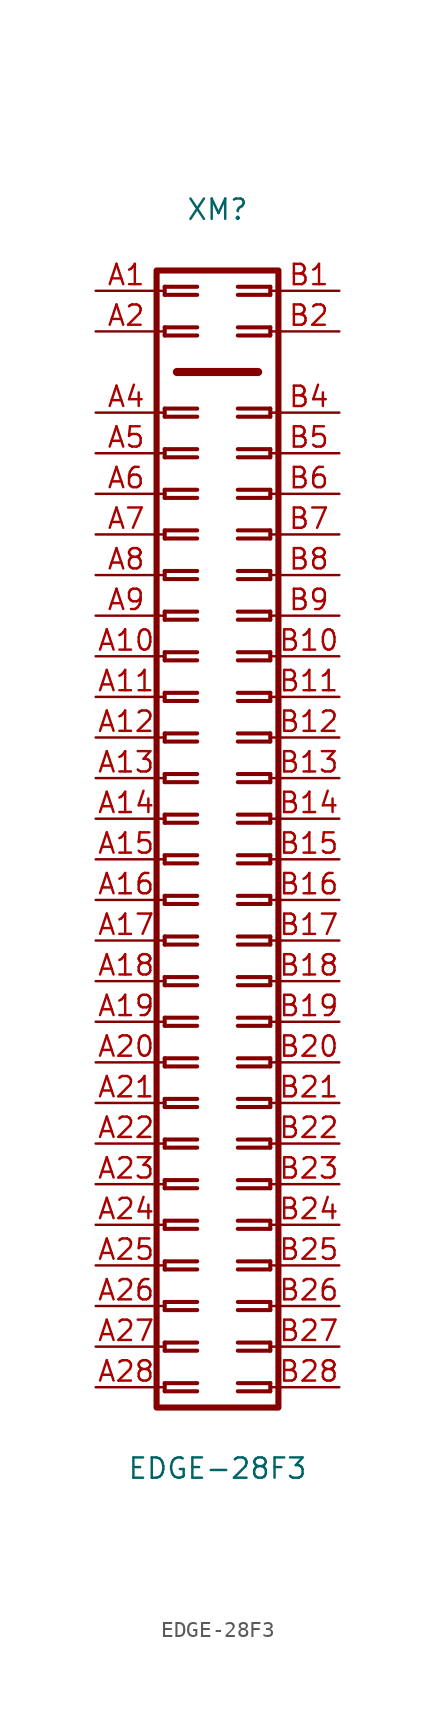
<source format=kicad_sym>
(kicad_symbol_lib
  (version 20231120)
  (generator "kicad_symbol_editor")
  (generator_version "8.0")
  (symbol "EDGE-28F3"
    (pin_names
      (offset 1.016))
    (property "Reference" "XM"
      (at 0 39.37 0)
      (effects (font (size 1.27 1.27))))
    (property "Value" "EDGE-28F3"
      (at 0 -39.37 0)
      (effects (font (size 1.27 1.27))))
    (symbol "EDGE-28F3_0_0"
      (polyline (pts (xy -2.54 29.21) (xy 2.54 29.21)) (stroke (width 0.508) (type default)) (fill (type none))))
    (symbol "EDGE-28F3_0_1"
      (rectangle (start -3.81 35.56) (end 3.81 -35.56) (stroke (width 0.381) (type default)) (fill (type none)))
      (polyline (pts (xy -3.81 -34.29) (xy -3.302 -34.29)) (stroke (width 0) (type default)) (fill (type none)))
      (polyline (pts (xy -3.81 -31.75) (xy -3.302 -31.75)) (stroke (width 0) (type default)) (fill (type none)))
      (polyline (pts (xy -3.81 -29.21) (xy -3.302 -29.21)) (stroke (width 0) (type default)) (fill (type none)))
      (polyline (pts (xy -3.81 -26.67) (xy -3.302 -26.67)) (stroke (width 0) (type default)) (fill (type none)))
      (polyline (pts (xy -3.81 -24.13) (xy -3.302 -24.13)) (stroke (width 0) (type default)) (fill (type none)))
      (polyline (pts (xy -3.81 -21.59) (xy -3.302 -21.59)) (stroke (width 0) (type default)) (fill (type none)))
      (polyline (pts (xy -3.81 -19.05) (xy -3.302 -19.05)) (stroke (width 0) (type default)) (fill (type none)))
      (polyline (pts (xy -3.81 -16.51) (xy -3.302 -16.51)) (stroke (width 0) (type default)) (fill (type none)))
      (polyline (pts (xy -3.81 -13.97) (xy -3.302 -13.97)) (stroke (width 0) (type default)) (fill (type none)))
      (polyline (pts (xy -3.81 -11.43) (xy -3.302 -11.43)) (stroke (width 0) (type default)) (fill (type none)))
      (polyline (pts (xy -3.81 -8.89) (xy -3.302 -8.89)) (stroke (width 0) (type default)) (fill (type none)))
      (polyline (pts (xy -3.81 -6.35) (xy -3.302 -6.35)) (stroke (width 0) (type default)) (fill (type none)))
      (polyline (pts (xy -3.81 -3.81) (xy -3.302 -3.81)) (stroke (width 0) (type default)) (fill (type none)))
      (polyline (pts (xy -3.81 -1.27) (xy -3.302 -1.27)) (stroke (width 0) (type default)) (fill (type none)))
      (polyline (pts (xy -3.81 1.27) (xy -3.302 1.27)) (stroke (width 0) (type default)) (fill (type none)))
      (polyline (pts (xy -3.81 3.81) (xy -3.302 3.81)) (stroke (width 0) (type default)) (fill (type none)))
      (polyline (pts (xy -3.81 6.35) (xy -3.302 6.35)) (stroke (width 0) (type default)) (fill (type none)))
      (polyline (pts (xy -3.81 8.89) (xy -3.302 8.89)) (stroke (width 0) (type default)) (fill (type none)))
      (polyline (pts (xy -3.81 11.43) (xy -3.302 11.43)) (stroke (width 0) (type default)) (fill (type none)))
      (polyline (pts (xy -3.81 13.97) (xy -3.302 13.97)) (stroke (width 0) (type default)) (fill (type none)))
      (polyline (pts (xy -3.81 16.51) (xy -3.302 16.51)) (stroke (width 0) (type default)) (fill (type none)))
      (polyline (pts (xy -3.81 19.05) (xy -3.302 19.05)) (stroke (width 0) (type default)) (fill (type none)))
      (polyline (pts (xy -3.81 21.59) (xy -3.302 21.59)) (stroke (width 0) (type default)) (fill (type none)))
      (polyline (pts (xy -3.81 24.13) (xy -3.302 24.13)) (stroke (width 0) (type default)) (fill (type none)))
      (polyline (pts (xy -3.81 26.67) (xy -3.302 26.67)) (stroke (width 0) (type default)) (fill (type none)))
      (polyline (pts (xy -3.81 31.75) (xy -3.302 31.75)) (stroke (width 0) (type default)) (fill (type none)))
      (polyline (pts (xy -3.81 34.29) (xy -3.302 34.29)) (stroke (width 0) (type default)) (fill (type none)))
      (polyline (pts (xy -3.302 -34.544) (xy -3.302 -34.036)) (stroke (width 0.254) (type default)) (fill (type none)))
      (polyline (pts (xy -3.302 -34.544) (xy -1.27 -34.544)) (stroke (width 0.254) (type default)) (fill (type none)))
      (polyline (pts (xy -3.302 -34.036) (xy -1.27 -34.036)) (stroke (width 0.254) (type default)) (fill (type none)))
      (polyline (pts (xy -3.302 -32.004) (xy -3.302 -31.496)) (stroke (width 0.254) (type default)) (fill (type none)))
      (polyline (pts (xy -3.302 -32.004) (xy -1.27 -32.004)) (stroke (width 0.254) (type default)) (fill (type none)))
      (polyline (pts (xy -3.302 -31.496) (xy -1.27 -31.496)) (stroke (width 0.254) (type default)) (fill (type none)))
      (polyline (pts (xy -3.302 -29.464) (xy -3.302 -28.956)) (stroke (width 0.254) (type default)) (fill (type none)))
      (polyline (pts (xy -3.302 -29.464) (xy -1.27 -29.464)) (stroke (width 0.254) (type default)) (fill (type none)))
      (polyline (pts (xy -3.302 -28.956) (xy -1.27 -28.956)) (stroke (width 0.254) (type default)) (fill (type none)))
      (polyline (pts (xy -3.302 -26.924) (xy -3.302 -26.416)) (stroke (width 0.254) (type default)) (fill (type none)))
      (polyline (pts (xy -3.302 -26.924) (xy -1.27 -26.924)) (stroke (width 0.254) (type default)) (fill (type none)))
      (polyline (pts (xy -3.302 -26.416) (xy -1.27 -26.416)) (stroke (width 0.254) (type default)) (fill (type none)))
      (polyline (pts (xy -3.302 -24.384) (xy -3.302 -23.876)) (stroke (width 0.254) (type default)) (fill (type none)))
      (polyline (pts (xy -3.302 -24.384) (xy -1.27 -24.384)) (stroke (width 0.254) (type default)) (fill (type none)))
      (polyline (pts (xy -3.302 -23.876) (xy -1.27 -23.876)) (stroke (width 0.254) (type default)) (fill (type none)))
      (polyline (pts (xy -3.302 -21.844) (xy -3.302 -21.336)) (stroke (width 0.254) (type default)) (fill (type none)))
      (polyline (pts (xy -3.302 -21.844) (xy -1.27 -21.844)) (stroke (width 0.254) (type default)) (fill (type none)))
      (polyline (pts (xy -3.302 -21.336) (xy -1.27 -21.336)) (stroke (width 0.254) (type default)) (fill (type none)))
      (polyline (pts (xy -3.302 -19.304) (xy -3.302 -18.796)) (stroke (width 0.254) (type default)) (fill (type none)))
      (polyline (pts (xy -3.302 -19.304) (xy -1.27 -19.304)) (stroke (width 0.254) (type default)) (fill (type none)))
      (polyline (pts (xy -3.302 -18.796) (xy -1.27 -18.796)) (stroke (width 0.254) (type default)) (fill (type none)))
      (polyline (pts (xy -3.302 -16.764) (xy -3.302 -16.256)) (stroke (width 0.254) (type default)) (fill (type none)))
      (polyline (pts (xy -3.302 -16.764) (xy -1.27 -16.764)) (stroke (width 0.254) (type default)) (fill (type none)))
      (polyline (pts (xy -3.302 -16.256) (xy -1.27 -16.256)) (stroke (width 0.254) (type default)) (fill (type none)))
      (polyline (pts (xy -3.302 -14.224) (xy -3.302 -13.716)) (stroke (width 0.254) (type default)) (fill (type none)))
      (polyline (pts (xy -3.302 -14.224) (xy -1.27 -14.224)) (stroke (width 0.254) (type default)) (fill (type none)))
      (polyline (pts (xy -3.302 -13.716) (xy -1.27 -13.716)) (stroke (width 0.254) (type default)) (fill (type none)))
      (polyline (pts (xy -3.302 -11.684) (xy -3.302 -11.176)) (stroke (width 0.254) (type default)) (fill (type none)))
      (polyline (pts (xy -3.302 -11.684) (xy -1.27 -11.684)) (stroke (width 0.254) (type default)) (fill (type none)))
      (polyline (pts (xy -3.302 -11.176) (xy -1.27 -11.176)) (stroke (width 0.254) (type default)) (fill (type none)))
      (polyline (pts (xy -3.302 -9.144) (xy -3.302 -8.636)) (stroke (width 0.254) (type default)) (fill (type none)))
      (polyline (pts (xy -3.302 -9.144) (xy -1.27 -9.144)) (stroke (width 0.254) (type default)) (fill (type none)))
      (polyline (pts (xy -3.302 -8.636) (xy -1.27 -8.636)) (stroke (width 0.254) (type default)) (fill (type none)))
      (polyline (pts (xy -3.302 -6.604) (xy -3.302 -6.096)) (stroke (width 0.254) (type default)) (fill (type none)))
      (polyline (pts (xy -3.302 -6.604) (xy -1.27 -6.604)) (stroke (width 0.254) (type default)) (fill (type none)))
      (polyline (pts (xy -3.302 -6.096) (xy -1.27 -6.096)) (stroke (width 0.254) (type default)) (fill (type none)))
      (polyline (pts (xy -3.302 -4.064) (xy -3.302 -3.556)) (stroke (width 0.254) (type default)) (fill (type none)))
      (polyline (pts (xy -3.302 -4.064) (xy -1.27 -4.064)) (stroke (width 0.254) (type default)) (fill (type none)))
      (polyline (pts (xy -3.302 -3.556) (xy -1.27 -3.556)) (stroke (width 0.254) (type default)) (fill (type none)))
      (polyline (pts (xy -3.302 -1.524) (xy -3.302 -1.016)) (stroke (width 0.254) (type default)) (fill (type none)))
      (polyline (pts (xy -3.302 -1.524) (xy -1.27 -1.524)) (stroke (width 0.254) (type default)) (fill (type none)))
      (polyline (pts (xy -3.302 -1.016) (xy -1.27 -1.016)) (stroke (width 0.254) (type default)) (fill (type none)))
      (polyline (pts (xy -3.302 1.016) (xy -3.302 1.524)) (stroke (width 0.254) (type default)) (fill (type none)))
      (polyline (pts (xy -3.302 1.016) (xy -1.27 1.016)) (stroke (width 0.254) (type default)) (fill (type none)))
      (polyline (pts (xy -3.302 1.524) (xy -1.27 1.524)) (stroke (width 0.254) (type default)) (fill (type none)))
      (polyline (pts (xy -3.302 3.556) (xy -3.302 4.064)) (stroke (width 0.254) (type default)) (fill (type none)))
      (polyline (pts (xy -3.302 3.556) (xy -1.27 3.556)) (stroke (width 0.254) (type default)) (fill (type none)))
      (polyline (pts (xy -3.302 4.064) (xy -1.27 4.064)) (stroke (width 0.254) (type default)) (fill (type none)))
      (polyline (pts (xy -3.302 6.096) (xy -3.302 6.604)) (stroke (width 0.254) (type default)) (fill (type none)))
      (polyline (pts (xy -3.302 6.096) (xy -1.27 6.096)) (stroke (width 0.254) (type default)) (fill (type none)))
      (polyline (pts (xy -3.302 6.604) (xy -1.27 6.604)) (stroke (width 0.254) (type default)) (fill (type none)))
      (polyline (pts (xy -3.302 8.636) (xy -3.302 9.144)) (stroke (width 0.254) (type default)) (fill (type none)))
      (polyline (pts (xy -3.302 8.636) (xy -1.27 8.636)) (stroke (width 0.254) (type default)) (fill (type none)))
      (polyline (pts (xy -3.302 9.144) (xy -1.27 9.144)) (stroke (width 0.254) (type default)) (fill (type none)))
      (polyline (pts (xy -3.302 11.176) (xy -3.302 11.684)) (stroke (width 0.254) (type default)) (fill (type none)))
      (polyline (pts (xy -3.302 11.176) (xy -1.27 11.176)) (stroke (width 0.254) (type default)) (fill (type none)))
      (polyline (pts (xy -3.302 11.684) (xy -1.27 11.684)) (stroke (width 0.254) (type default)) (fill (type none)))
      (polyline (pts (xy -3.302 13.716) (xy -3.302 14.224)) (stroke (width 0.254) (type default)) (fill (type none)))
      (polyline (pts (xy -3.302 13.716) (xy -1.27 13.716)) (stroke (width 0.254) (type default)) (fill (type none)))
      (polyline (pts (xy -3.302 14.224) (xy -1.27 14.224)) (stroke (width 0.254) (type default)) (fill (type none)))
      (polyline (pts (xy -3.302 16.256) (xy -3.302 16.764)) (stroke (width 0.254) (type default)) (fill (type none)))
      (polyline (pts (xy -3.302 16.256) (xy -1.27 16.256)) (stroke (width 0.254) (type default)) (fill (type none)))
      (polyline (pts (xy -3.302 16.764) (xy -1.27 16.764)) (stroke (width 0.254) (type default)) (fill (type none)))
      (polyline (pts (xy -3.302 18.796) (xy -3.302 19.304)) (stroke (width 0.254) (type default)) (fill (type none)))
      (polyline (pts (xy -3.302 18.796) (xy -1.27 18.796)) (stroke (width 0.254) (type default)) (fill (type none)))
      (polyline (pts (xy -3.302 19.304) (xy -1.27 19.304)) (stroke (width 0.254) (type default)) (fill (type none)))
      (polyline (pts (xy -3.302 21.336) (xy -3.302 21.844)) (stroke (width 0.254) (type default)) (fill (type none)))
      (polyline (pts (xy -3.302 21.336) (xy -1.27 21.336)) (stroke (width 0.254) (type default)) (fill (type none)))
      (polyline (pts (xy -3.302 21.844) (xy -1.27 21.844)) (stroke (width 0.254) (type default)) (fill (type none)))
      (polyline (pts (xy -3.302 23.876) (xy -3.302 24.384)) (stroke (width 0.254) (type default)) (fill (type none)))
      (polyline (pts (xy -3.302 23.876) (xy -1.27 23.876)) (stroke (width 0.254) (type default)) (fill (type none)))
      (polyline (pts (xy -3.302 24.384) (xy -1.27 24.384)) (stroke (width 0.254) (type default)) (fill (type none)))
      (polyline (pts (xy -3.302 26.416) (xy -3.302 26.924)) (stroke (width 0.254) (type default)) (fill (type none)))
      (polyline (pts (xy -3.302 26.416) (xy -1.27 26.416)) (stroke (width 0.254) (type default)) (fill (type none)))
      (polyline (pts (xy -3.302 26.924) (xy -1.27 26.924)) (stroke (width 0.254) (type default)) (fill (type none)))
      (polyline (pts (xy -3.302 31.496) (xy -3.302 32.004)) (stroke (width 0.254) (type default)) (fill (type none)))
      (polyline (pts (xy -3.302 31.496) (xy -1.27 31.496)) (stroke (width 0.254) (type default)) (fill (type none)))
      (polyline (pts (xy -3.302 32.004) (xy -1.27 32.004)) (stroke (width 0.254) (type default)) (fill (type none)))
      (polyline (pts (xy -3.302 34.036) (xy -3.302 34.544)) (stroke (width 0.254) (type default)) (fill (type none)))
      (polyline (pts (xy -3.302 34.036) (xy -1.27 34.036)) (stroke (width 0.254) (type default)) (fill (type none)))
      (polyline (pts (xy -3.302 34.544) (xy -1.27 34.544)) (stroke (width 0.254) (type default)) (fill (type none)))
      (polyline (pts (xy 3.302 -34.544) (xy 1.27 -34.544)) (stroke (width 0.254) (type default)) (fill (type none)))
      (polyline (pts (xy 3.302 -34.544) (xy 3.302 -34.036)) (stroke (width 0.254) (type default)) (fill (type none)))
      (polyline (pts (xy 3.302 -34.036) (xy 1.27 -34.036)) (stroke (width 0.254) (type default)) (fill (type none)))
      (polyline (pts (xy 3.302 -32.004) (xy 1.27 -32.004)) (stroke (width 0.254) (type default)) (fill (type none)))
      (polyline (pts (xy 3.302 -32.004) (xy 3.302 -31.496)) (stroke (width 0.254) (type default)) (fill (type none)))
      (polyline (pts (xy 3.302 -31.496) (xy 1.27 -31.496)) (stroke (width 0.254) (type default)) (fill (type none)))
      (polyline (pts (xy 3.302 -29.464) (xy 1.27 -29.464)) (stroke (width 0.254) (type default)) (fill (type none)))
      (polyline (pts (xy 3.302 -29.464) (xy 3.302 -28.956)) (stroke (width 0.254) (type default)) (fill (type none)))
      (polyline (pts (xy 3.302 -28.956) (xy 1.27 -28.956)) (stroke (width 0.254) (type default)) (fill (type none)))
      (polyline (pts (xy 3.302 -26.924) (xy 1.27 -26.924)) (stroke (width 0.254) (type default)) (fill (type none)))
      (polyline (pts (xy 3.302 -26.924) (xy 3.302 -26.416)) (stroke (width 0.254) (type default)) (fill (type none)))
      (polyline (pts (xy 3.302 -26.416) (xy 1.27 -26.416)) (stroke (width 0.254) (type default)) (fill (type none)))
      (polyline (pts (xy 3.302 -24.384) (xy 1.27 -24.384)) (stroke (width 0.254) (type default)) (fill (type none)))
      (polyline (pts (xy 3.302 -24.384) (xy 3.302 -23.876)) (stroke (width 0.254) (type default)) (fill (type none)))
      (polyline (pts (xy 3.302 -23.876) (xy 1.27 -23.876)) (stroke (width 0.254) (type default)) (fill (type none)))
      (polyline (pts (xy 3.302 -21.844) (xy 1.27 -21.844)) (stroke (width 0.254) (type default)) (fill (type none)))
      (polyline (pts (xy 3.302 -21.844) (xy 3.302 -21.336)) (stroke (width 0.254) (type default)) (fill (type none)))
      (polyline (pts (xy 3.302 -21.336) (xy 1.27 -21.336)) (stroke (width 0.254) (type default)) (fill (type none)))
      (polyline (pts (xy 3.302 -19.304) (xy 1.27 -19.304)) (stroke (width 0.254) (type default)) (fill (type none)))
      (polyline (pts (xy 3.302 -19.304) (xy 3.302 -18.796)) (stroke (width 0.254) (type default)) (fill (type none)))
      (polyline (pts (xy 3.302 -18.796) (xy 1.27 -18.796)) (stroke (width 0.254) (type default)) (fill (type none)))
      (polyline (pts (xy 3.302 -16.764) (xy 1.27 -16.764)) (stroke (width 0.254) (type default)) (fill (type none)))
      (polyline (pts (xy 3.302 -16.764) (xy 3.302 -16.256)) (stroke (width 0.254) (type default)) (fill (type none)))
      (polyline (pts (xy 3.302 -16.256) (xy 1.27 -16.256)) (stroke (width 0.254) (type default)) (fill (type none)))
      (polyline (pts (xy 3.302 -14.224) (xy 1.27 -14.224)) (stroke (width 0.254) (type default)) (fill (type none)))
      (polyline (pts (xy 3.302 -14.224) (xy 3.302 -13.716)) (stroke (width 0.254) (type default)) (fill (type none)))
      (polyline (pts (xy 3.302 -13.716) (xy 1.27 -13.716)) (stroke (width 0.254) (type default)) (fill (type none)))
      (polyline (pts (xy 3.302 -11.684) (xy 1.27 -11.684)) (stroke (width 0.254) (type default)) (fill (type none)))
      (polyline (pts (xy 3.302 -11.684) (xy 3.302 -11.176)) (stroke (width 0.254) (type default)) (fill (type none)))
      (polyline (pts (xy 3.302 -11.176) (xy 1.27 -11.176)) (stroke (width 0.254) (type default)) (fill (type none)))
      (polyline (pts (xy 3.302 -9.144) (xy 1.27 -9.144)) (stroke (width 0.254) (type default)) (fill (type none)))
      (polyline (pts (xy 3.302 -9.144) (xy 3.302 -8.636)) (stroke (width 0.254) (type default)) (fill (type none)))
      (polyline (pts (xy 3.302 -8.636) (xy 1.27 -8.636)) (stroke (width 0.254) (type default)) (fill (type none)))
      (polyline (pts (xy 3.302 -6.604) (xy 1.27 -6.604)) (stroke (width 0.254) (type default)) (fill (type none)))
      (polyline (pts (xy 3.302 -6.604) (xy 3.302 -6.096)) (stroke (width 0.254) (type default)) (fill (type none)))
      (polyline (pts (xy 3.302 -6.096) (xy 1.27 -6.096)) (stroke (width 0.254) (type default)) (fill (type none)))
      (polyline (pts (xy 3.302 -4.064) (xy 1.27 -4.064)) (stroke (width 0.254) (type default)) (fill (type none)))
      (polyline (pts (xy 3.302 -4.064) (xy 3.302 -3.556)) (stroke (width 0.254) (type default)) (fill (type none)))
      (polyline (pts (xy 3.302 -3.556) (xy 1.27 -3.556)) (stroke (width 0.254) (type default)) (fill (type none)))
      (polyline (pts (xy 3.302 -1.524) (xy 1.27 -1.524)) (stroke (width 0.254) (type default)) (fill (type none)))
      (polyline (pts (xy 3.302 -1.524) (xy 3.302 -1.016)) (stroke (width 0.254) (type default)) (fill (type none)))
      (polyline (pts (xy 3.302 -1.016) (xy 1.27 -1.016)) (stroke (width 0.254) (type default)) (fill (type none)))
      (polyline (pts (xy 3.302 1.016) (xy 1.27 1.016)) (stroke (width 0.254) (type default)) (fill (type none)))
      (polyline (pts (xy 3.302 1.016) (xy 3.302 1.524)) (stroke (width 0.254) (type default)) (fill (type none)))
      (polyline (pts (xy 3.302 1.524) (xy 1.27 1.524)) (stroke (width 0.254) (type default)) (fill (type none)))
      (polyline (pts (xy 3.302 3.556) (xy 1.27 3.556)) (stroke (width 0.254) (type default)) (fill (type none)))
      (polyline (pts (xy 3.302 3.556) (xy 3.302 4.064)) (stroke (width 0.254) (type default)) (fill (type none)))
      (polyline (pts (xy 3.302 4.064) (xy 1.27 4.064)) (stroke (width 0.254) (type default)) (fill (type none)))
      (polyline (pts (xy 3.302 6.096) (xy 1.27 6.096)) (stroke (width 0.254) (type default)) (fill (type none)))
      (polyline (pts (xy 3.302 6.096) (xy 3.302 6.604)) (stroke (width 0.254) (type default)) (fill (type none)))
      (polyline (pts (xy 3.302 6.604) (xy 1.27 6.604)) (stroke (width 0.254) (type default)) (fill (type none)))
      (polyline (pts (xy 3.302 8.636) (xy 1.27 8.636)) (stroke (width 0.254) (type default)) (fill (type none)))
      (polyline (pts (xy 3.302 8.636) (xy 3.302 9.144)) (stroke (width 0.254) (type default)) (fill (type none)))
      (polyline (pts (xy 3.302 9.144) (xy 1.27 9.144)) (stroke (width 0.254) (type default)) (fill (type none)))
      (polyline (pts (xy 3.302 11.176) (xy 1.27 11.176)) (stroke (width 0.254) (type default)) (fill (type none)))
      (polyline (pts (xy 3.302 11.176) (xy 3.302 11.684)) (stroke (width 0.254) (type default)) (fill (type none)))
      (polyline (pts (xy 3.302 11.684) (xy 1.27 11.684)) (stroke (width 0.254) (type default)) (fill (type none)))
      (polyline (pts (xy 3.302 13.716) (xy 1.27 13.716)) (stroke (width 0.254) (type default)) (fill (type none)))
      (polyline (pts (xy 3.302 13.716) (xy 3.302 14.224)) (stroke (width 0.254) (type default)) (fill (type none)))
      (polyline (pts (xy 3.302 14.224) (xy 1.27 14.224)) (stroke (width 0.254) (type default)) (fill (type none)))
      (polyline (pts (xy 3.302 16.256) (xy 1.27 16.256)) (stroke (width 0.254) (type default)) (fill (type none)))
      (polyline (pts (xy 3.302 16.256) (xy 3.302 16.764)) (stroke (width 0.254) (type default)) (fill (type none)))
      (polyline (pts (xy 3.302 16.764) (xy 1.27 16.764)) (stroke (width 0.254) (type default)) (fill (type none)))
      (polyline (pts (xy 3.302 18.796) (xy 1.27 18.796)) (stroke (width 0.254) (type default)) (fill (type none)))
      (polyline (pts (xy 3.302 18.796) (xy 3.302 19.304)) (stroke (width 0.254) (type default)) (fill (type none)))
      (polyline (pts (xy 3.302 19.304) (xy 1.27 19.304)) (stroke (width 0.254) (type default)) (fill (type none)))
      (polyline (pts (xy 3.302 21.336) (xy 1.27 21.336)) (stroke (width 0.254) (type default)) (fill (type none)))
      (polyline (pts (xy 3.302 21.336) (xy 3.302 21.844)) (stroke (width 0.254) (type default)) (fill (type none)))
      (polyline (pts (xy 3.302 21.844) (xy 1.27 21.844)) (stroke (width 0.254) (type default)) (fill (type none)))
      (polyline (pts (xy 3.302 23.876) (xy 1.27 23.876)) (stroke (width 0.254) (type default)) (fill (type none)))
      (polyline (pts (xy 3.302 23.876) (xy 3.302 24.384)) (stroke (width 0.254) (type default)) (fill (type none)))
      (polyline (pts (xy 3.302 24.384) (xy 1.27 24.384)) (stroke (width 0.254) (type default)) (fill (type none)))
      (polyline (pts (xy 3.302 26.416) (xy 1.27 26.416)) (stroke (width 0.254) (type default)) (fill (type none)))
      (polyline (pts (xy 3.302 26.416) (xy 3.302 26.924)) (stroke (width 0.254) (type default)) (fill (type none)))
      (polyline (pts (xy 3.302 26.924) (xy 1.27 26.924)) (stroke (width 0.254) (type default)) (fill (type none)))
      (polyline (pts (xy 3.302 31.496) (xy 1.27 31.496)) (stroke (width 0.254) (type default)) (fill (type none)))
      (polyline (pts (xy 3.302 31.496) (xy 3.302 32.004)) (stroke (width 0.254) (type default)) (fill (type none)))
      (polyline (pts (xy 3.302 32.004) (xy 1.27 32.004)) (stroke (width 0.254) (type default)) (fill (type none)))
      (polyline (pts (xy 3.302 34.036) (xy 1.27 34.036)) (stroke (width 0.254) (type default)) (fill (type none)))
      (polyline (pts (xy 3.302 34.036) (xy 3.302 34.544)) (stroke (width 0.254) (type default)) (fill (type none)))
      (polyline (pts (xy 3.302 34.544) (xy 1.27 34.544)) (stroke (width 0.254) (type default)) (fill (type none)))
      (polyline (pts (xy 3.81 -34.29) (xy 3.302 -34.29)) (stroke (width 0) (type default)) (fill (type none)))
      (polyline (pts (xy 3.81 -31.75) (xy 3.302 -31.75)) (stroke (width 0) (type default)) (fill (type none)))
      (polyline (pts (xy 3.81 -29.21) (xy 3.302 -29.21)) (stroke (width 0) (type default)) (fill (type none)))
      (polyline (pts (xy 3.81 -26.67) (xy 3.302 -26.67)) (stroke (width 0) (type default)) (fill (type none)))
      (polyline (pts (xy 3.81 -24.13) (xy 3.302 -24.13)) (stroke (width 0) (type default)) (fill (type none)))
      (polyline (pts (xy 3.81 -21.59) (xy 3.302 -21.59)) (stroke (width 0) (type default)) (fill (type none)))
      (polyline (pts (xy 3.81 -19.05) (xy 3.302 -19.05)) (stroke (width 0) (type default)) (fill (type none)))
      (polyline (pts (xy 3.81 -16.51) (xy 3.302 -16.51)) (stroke (width 0) (type default)) (fill (type none)))
      (polyline (pts (xy 3.81 -13.97) (xy 3.302 -13.97)) (stroke (width 0) (type default)) (fill (type none)))
      (polyline (pts (xy 3.81 -11.43) (xy 3.302 -11.43)) (stroke (width 0) (type default)) (fill (type none)))
      (polyline (pts (xy 3.81 -8.89) (xy 3.302 -8.89)) (stroke (width 0) (type default)) (fill (type none)))
      (polyline (pts (xy 3.81 -6.35) (xy 3.302 -6.35)) (stroke (width 0) (type default)) (fill (type none)))
      (polyline (pts (xy 3.81 -3.81) (xy 3.302 -3.81)) (stroke (width 0) (type default)) (fill (type none)))
      (polyline (pts (xy 3.81 -1.27) (xy 3.302 -1.27)) (stroke (width 0) (type default)) (fill (type none)))
      (polyline (pts (xy 3.81 1.27) (xy 3.302 1.27)) (stroke (width 0) (type default)) (fill (type none)))
      (polyline (pts (xy 3.81 3.81) (xy 3.302 3.81)) (stroke (width 0) (type default)) (fill (type none)))
      (polyline (pts (xy 3.81 6.35) (xy 3.302 6.35)) (stroke (width 0) (type default)) (fill (type none)))
      (polyline (pts (xy 3.81 8.89) (xy 3.302 8.89)) (stroke (width 0) (type default)) (fill (type none)))
      (polyline (pts (xy 3.81 11.43) (xy 3.302 11.43)) (stroke (width 0) (type default)) (fill (type none)))
      (polyline (pts (xy 3.81 13.97) (xy 3.302 13.97)) (stroke (width 0) (type default)) (fill (type none)))
      (polyline (pts (xy 3.81 16.51) (xy 3.302 16.51)) (stroke (width 0) (type default)) (fill (type none)))
      (polyline (pts (xy 3.81 19.05) (xy 3.302 19.05)) (stroke (width 0) (type default)) (fill (type none)))
      (polyline (pts (xy 3.81 21.59) (xy 3.302 21.59)) (stroke (width 0) (type default)) (fill (type none)))
      (polyline (pts (xy 3.81 24.13) (xy 3.302 24.13)) (stroke (width 0) (type default)) (fill (type none)))
      (polyline (pts (xy 3.81 26.67) (xy 3.302 26.67)) (stroke (width 0) (type default)) (fill (type none)))
      (polyline (pts (xy 3.81 31.75) (xy 3.302 31.75)) (stroke (width 0) (type default)) (fill (type none)))
      (polyline (pts (xy 3.81 34.29) (xy 3.302 34.29)) (stroke (width 0) (type default)) (fill (type none))))
    (symbol "EDGE-28F3_1_1"
      (pin passive line (at -7.62 34.29 0) (length 3.81) (name "~" (effects (font (size 1.27 1.27)))) (number "A1" (effects (font (size 1.27 1.27)))))
      (pin passive line (at -7.62 11.43 0) (length 3.81) (name "~" (effects (font (size 1.27 1.27)))) (number "A10" (effects (font (size 1.27 1.27)))))
      (pin passive line (at -7.62 8.89 0) (length 3.81) (name "~" (effects (font (size 1.27 1.27)))) (number "A11" (effects (font (size 1.27 1.27)))))
      (pin passive line (at -7.62 6.35 0) (length 3.81) (name "~" (effects (font (size 1.27 1.27)))) (number "A12" (effects (font (size 1.27 1.27)))))
      (pin passive line (at -7.62 3.81 0) (length 3.81) (name "~" (effects (font (size 1.27 1.27)))) (number "A13" (effects (font (size 1.27 1.27)))))
      (pin passive line (at -7.62 1.27 0) (length 3.81) (name "~" (effects (font (size 1.27 1.27)))) (number "A14" (effects (font (size 1.27 1.27)))))
      (pin passive line (at -7.62 -1.27 0) (length 3.81) (name "~" (effects (font (size 1.27 1.27)))) (number "A15" (effects (font (size 1.27 1.27)))))
      (pin passive line (at -7.62 -3.81 0) (length 3.81) (name "~" (effects (font (size 1.27 1.27)))) (number "A16" (effects (font (size 1.27 1.27)))))
      (pin passive line (at -7.62 -6.35 0) (length 3.81) (name "~" (effects (font (size 1.27 1.27)))) (number "A17" (effects (font (size 1.27 1.27)))))
      (pin passive line (at -7.62 -8.89 0) (length 3.81) (name "~" (effects (font (size 1.27 1.27)))) (number "A18" (effects (font (size 1.27 1.27)))))
      (pin passive line (at -7.62 -11.43 0) (length 3.81) (name "~" (effects (font (size 1.27 1.27)))) (number "A19" (effects (font (size 1.27 1.27)))))
      (pin passive line (at -7.62 31.75 0) (length 3.81) (name "~" (effects (font (size 1.27 1.27)))) (number "A2" (effects (font (size 1.27 1.27)))))
      (pin passive line (at -7.62 -13.97 0) (length 3.81) (name "~" (effects (font (size 1.27 1.27)))) (number "A20" (effects (font (size 1.27 1.27)))))
      (pin passive line (at -7.62 -16.51 0) (length 3.81) (name "~" (effects (font (size 1.27 1.27)))) (number "A21" (effects (font (size 1.27 1.27)))))
      (pin passive line (at -7.62 -19.05 0) (length 3.81) (name "~" (effects (font (size 1.27 1.27)))) (number "A22" (effects (font (size 1.27 1.27)))))
      (pin passive line (at -7.62 -21.59 0) (length 3.81) (name "~" (effects (font (size 1.27 1.27)))) (number "A23" (effects (font (size 1.27 1.27)))))
      (pin passive line (at -7.62 -24.13 0) (length 3.81) (name "~" (effects (font (size 1.27 1.27)))) (number "A24" (effects (font (size 1.27 1.27)))))
      (pin passive line (at -7.62 -26.67 0) (length 3.81) (name "~" (effects (font (size 1.27 1.27)))) (number "A25" (effects (font (size 1.27 1.27)))))
      (pin passive line (at -7.62 -29.21 0) (length 3.81) (name "~" (effects (font (size 1.27 1.27)))) (number "A26" (effects (font (size 1.27 1.27)))))
      (pin passive line (at -7.62 -31.75 0) (length 3.81) (name "~" (effects (font (size 1.27 1.27)))) (number "A27" (effects (font (size 1.27 1.27)))))
      (pin passive line (at -7.62 -34.29 0) (length 3.81) (name "~" (effects (font (size 1.27 1.27)))) (number "A28" (effects (font (size 1.27 1.27)))))
      (pin passive line (at -7.62 26.67 0) (length 3.81) (name "~" (effects (font (size 1.27 1.27)))) (number "A4" (effects (font (size 1.27 1.27)))))
      (pin passive line (at -7.62 24.13 0) (length 3.81) (name "~" (effects (font (size 1.27 1.27)))) (number "A5" (effects (font (size 1.27 1.27)))))
      (pin passive line (at -7.62 21.59 0) (length 3.81) (name "~" (effects (font (size 1.27 1.27)))) (number "A6" (effects (font (size 1.27 1.27)))))
      (pin passive line (at -7.62 19.05 0) (length 3.81) (name "~" (effects (font (size 1.27 1.27)))) (number "A7" (effects (font (size 1.27 1.27)))))
      (pin passive line (at -7.62 16.51 0) (length 3.81) (name "~" (effects (font (size 1.27 1.27)))) (number "A8" (effects (font (size 1.27 1.27)))))
      (pin passive line (at -7.62 13.97 0) (length 3.81) (name "~" (effects (font (size 1.27 1.27)))) (number "A9" (effects (font (size 1.27 1.27)))))
      (pin passive line (at 7.62 34.29 180) (length 3.81) (name "~" (effects (font (size 1.27 1.27)))) (number "B1" (effects (font (size 1.27 1.27)))))
      (pin passive line (at 7.62 11.43 180) (length 3.81) (name "~" (effects (font (size 1.27 1.27)))) (number "B10" (effects (font (size 1.27 1.27)))))
      (pin passive line (at 7.62 8.89 180) (length 3.81) (name "~" (effects (font (size 1.27 1.27)))) (number "B11" (effects (font (size 1.27 1.27)))))
      (pin passive line (at 7.62 6.35 180) (length 3.81) (name "~" (effects (font (size 1.27 1.27)))) (number "B12" (effects (font (size 1.27 1.27)))))
      (pin passive line (at 7.62 3.81 180) (length 3.81) (name "~" (effects (font (size 1.27 1.27)))) (number "B13" (effects (font (size 1.27 1.27)))))
      (pin passive line (at 7.62 1.27 180) (length 3.81) (name "~" (effects (font (size 1.27 1.27)))) (number "B14" (effects (font (size 1.27 1.27)))))
      (pin passive line (at 7.62 -1.27 180) (length 3.81) (name "~" (effects (font (size 1.27 1.27)))) (number "B15" (effects (font (size 1.27 1.27)))))
      (pin passive line (at 7.62 -3.81 180) (length 3.81) (name "~" (effects (font (size 1.27 1.27)))) (number "B16" (effects (font (size 1.27 1.27)))))
      (pin passive line (at 7.62 -6.35 180) (length 3.81) (name "~" (effects (font (size 1.27 1.27)))) (number "B17" (effects (font (size 1.27 1.27)))))
      (pin passive line (at 7.62 -8.89 180) (length 3.81) (name "~" (effects (font (size 1.27 1.27)))) (number "B18" (effects (font (size 1.27 1.27)))))
      (pin passive line (at 7.62 -11.43 180) (length 3.81) (name "~" (effects (font (size 1.27 1.27)))) (number "B19" (effects (font (size 1.27 1.27)))))
      (pin passive line (at 7.62 31.75 180) (length 3.81) (name "~" (effects (font (size 1.27 1.27)))) (number "B2" (effects (font (size 1.27 1.27)))))
      (pin passive line (at 7.62 -13.97 180) (length 3.81) (name "~" (effects (font (size 1.27 1.27)))) (number "B20" (effects (font (size 1.27 1.27)))))
      (pin passive line (at 7.62 -16.51 180) (length 3.81) (name "~" (effects (font (size 1.27 1.27)))) (number "B21" (effects (font (size 1.27 1.27)))))
      (pin passive line (at 7.62 -19.05 180) (length 3.81) (name "~" (effects (font (size 1.27 1.27)))) (number "B22" (effects (font (size 1.27 1.27)))))
      (pin passive line (at 7.62 -21.59 180) (length 3.81) (name "~" (effects (font (size 1.27 1.27)))) (number "B23" (effects (font (size 1.27 1.27)))))
      (pin passive line (at 7.62 -24.13 180) (length 3.81) (name "~" (effects (font (size 1.27 1.27)))) (number "B24" (effects (font (size 1.27 1.27)))))
      (pin passive line (at 7.62 -26.67 180) (length 3.81) (name "~" (effects (font (size 1.27 1.27)))) (number "B25" (effects (font (size 1.27 1.27)))))
      (pin passive line (at 7.62 -29.21 180) (length 3.81) (name "~" (effects (font (size 1.27 1.27)))) (number "B26" (effects (font (size 1.27 1.27)))))
      (pin passive line (at 7.62 -31.75 180) (length 3.81) (name "~" (effects (font (size 1.27 1.27)))) (number "B27" (effects (font (size 1.27 1.27)))))
      (pin passive line (at 7.62 -34.29 180) (length 3.81) (name "~" (effects (font (size 1.27 1.27)))) (number "B28" (effects (font (size 1.27 1.27)))))
      (pin passive line (at 7.62 26.67 180) (length 3.81) (name "~" (effects (font (size 1.27 1.27)))) (number "B4" (effects (font (size 1.27 1.27)))))
      (pin passive line (at 7.62 24.13 180) (length 3.81) (name "~" (effects (font (size 1.27 1.27)))) (number "B5" (effects (font (size 1.27 1.27)))))
      (pin passive line (at 7.62 21.59 180) (length 3.81) (name "~" (effects (font (size 1.27 1.27)))) (number "B6" (effects (font (size 1.27 1.27)))))
      (pin passive line (at 7.62 19.05 180) (length 3.81) (name "~" (effects (font (size 1.27 1.27)))) (number "B7" (effects (font (size 1.27 1.27)))))
      (pin passive line (at 7.62 16.51 180) (length 3.81) (name "~" (effects (font (size 1.27 1.27)))) (number "B8" (effects (font (size 1.27 1.27)))))
      (pin passive line (at 7.62 13.97 180) (length 3.81) (name "~" (effects (font (size 1.27 1.27)))) (number "B9" (effects (font (size 1.27 1.27))))))))
</source>
